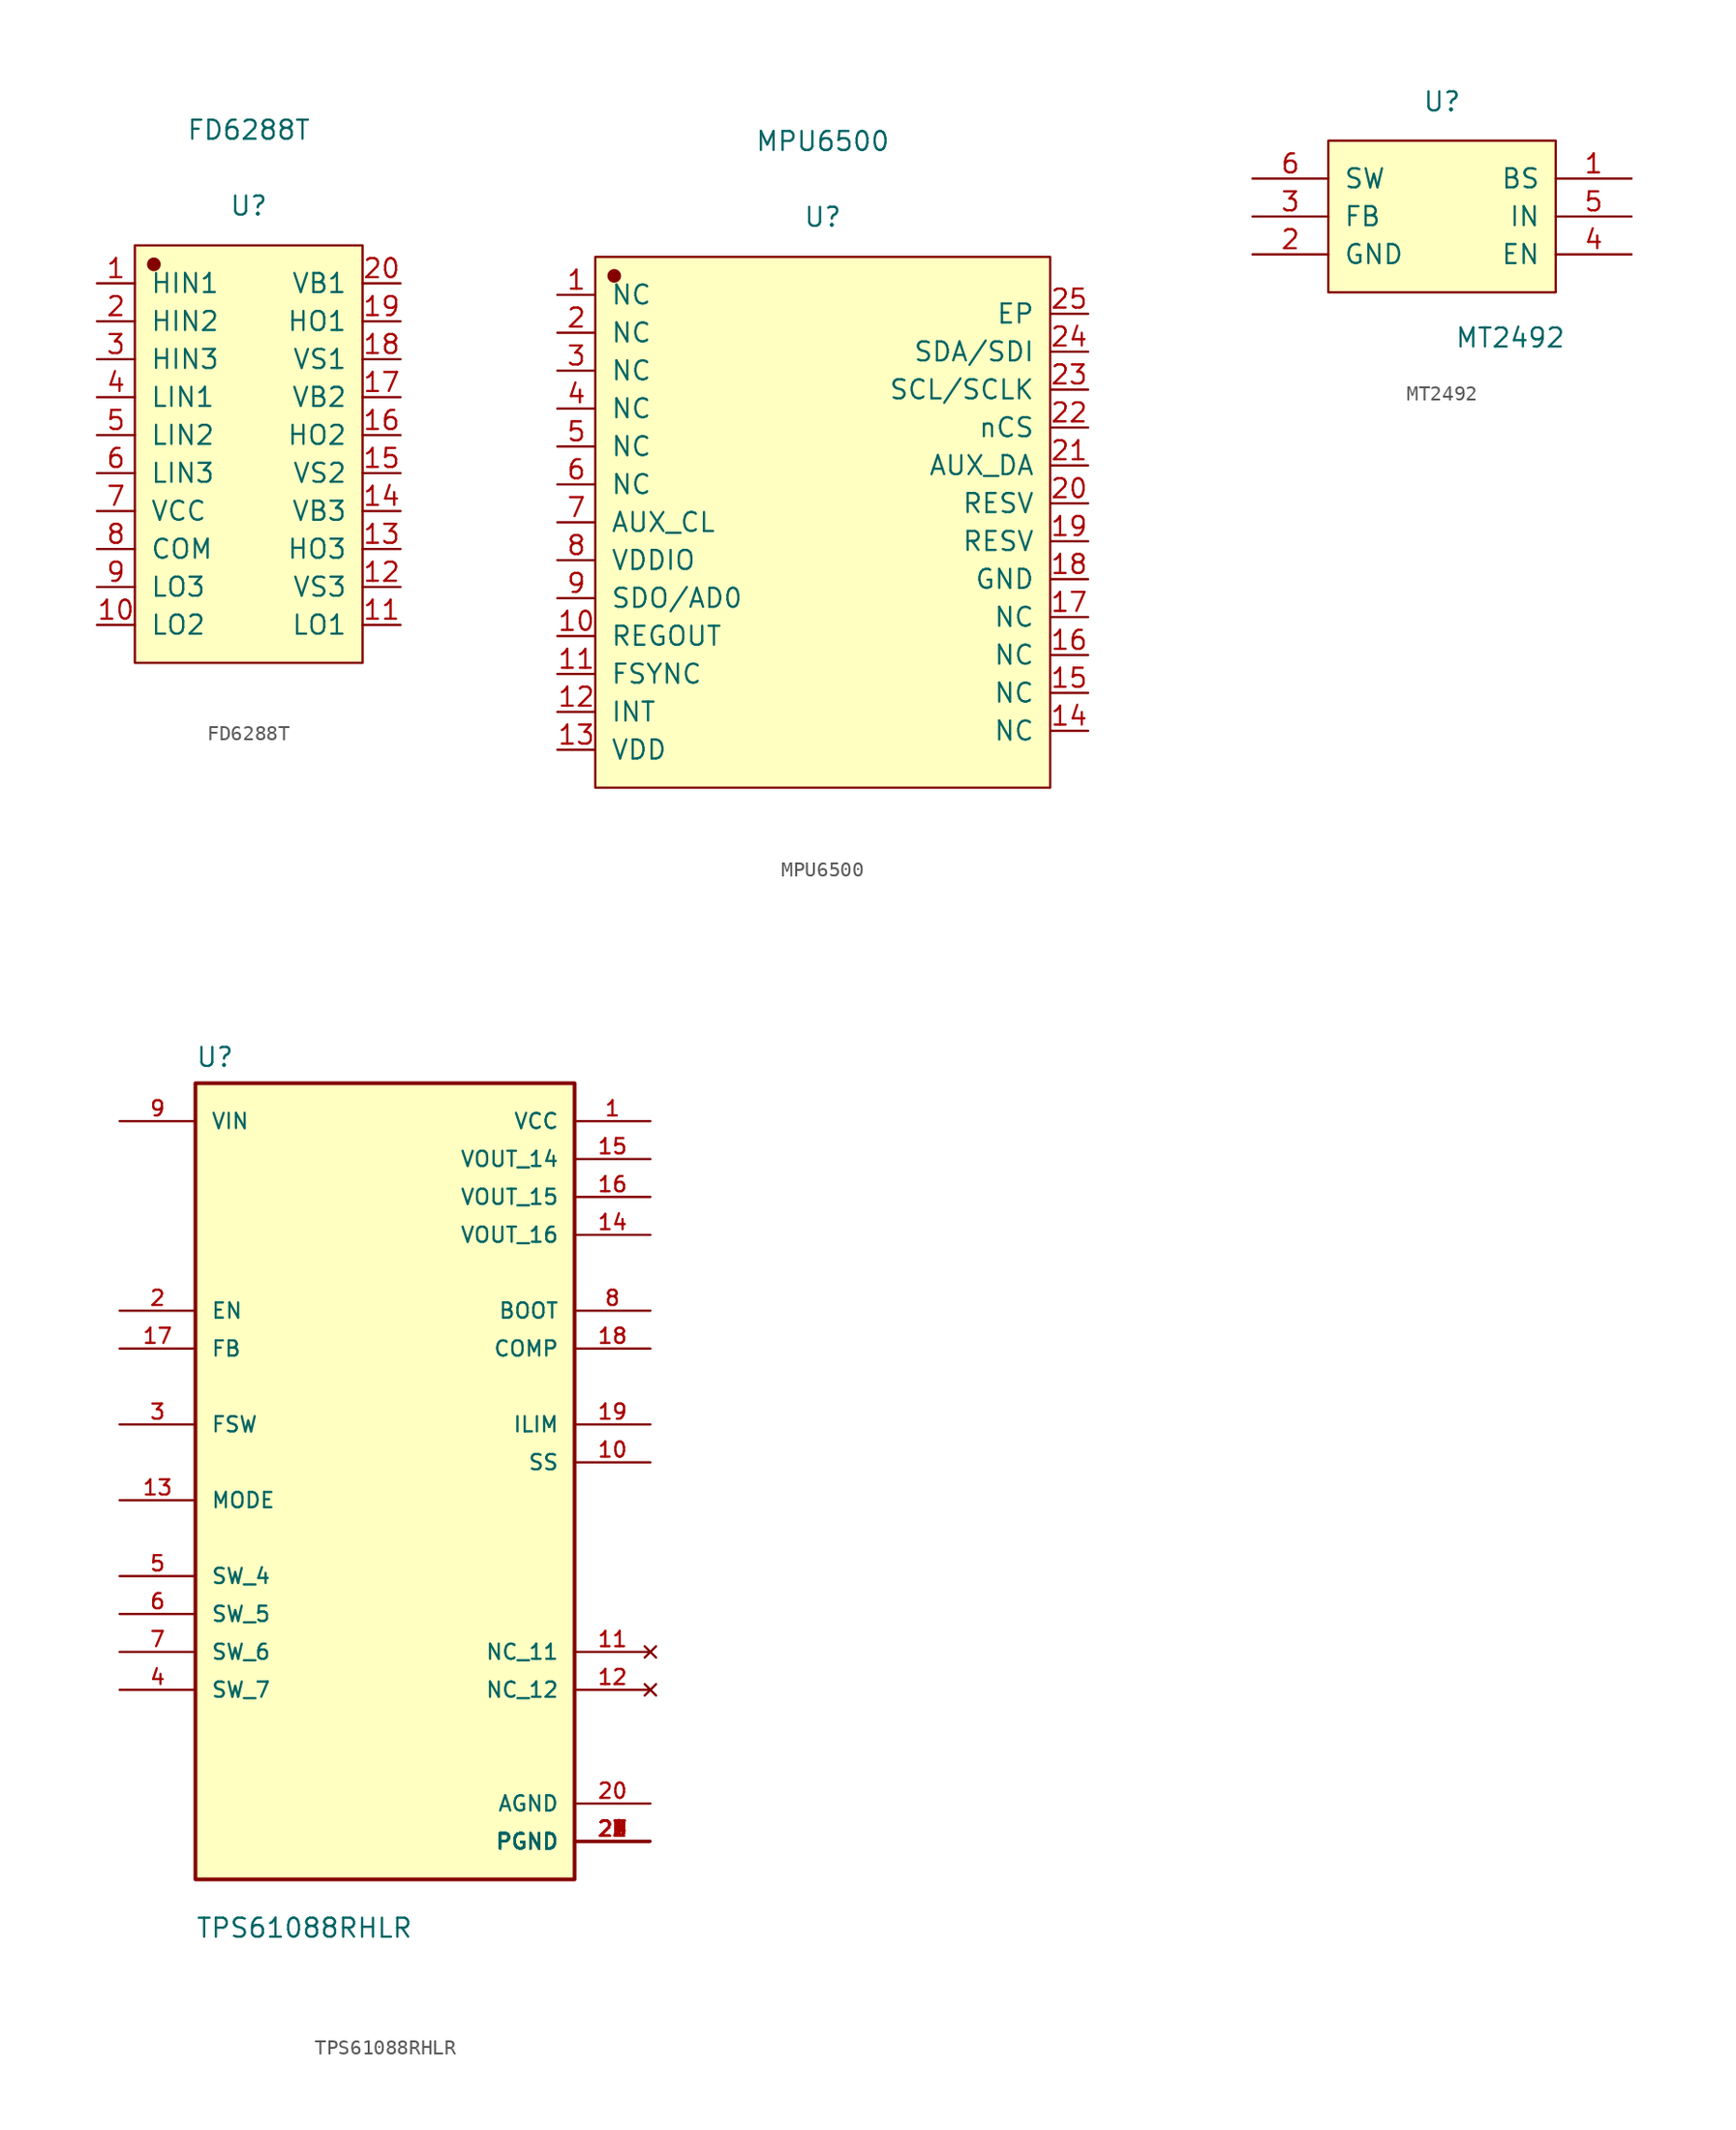
<source format=kicad_sym>
(kicad_symbol_lib
  (version 20231120)
  (generator "kicad_symbol_editor")
  (generator_version "8.0")
  (symbol "FD6288T"
    (pin_names
      (offset 1.016))
    (property "Reference" "U"
      (at 0 16.612 0)
      (effects (font (size 1.27 1.27))))
    (property "Value" "FD6288T"
      (at 0 21.692 0)
      (effects (font (size 1.27 1.27))))
    (symbol "FD6288T_1_1"
      (rectangle (start -7.62 13.97) (end 7.62 -13.97) (stroke (width 0.152) (type solid)) (fill (type background)))
      (circle (center -6.35 12.7) (radius 0.381) (stroke (width 0.152) (type solid)) (fill (type outline)))
      (pin input line (at -10.16 11.43 0) (length 2.54) (name "HIN1" (effects (font (size 1.27 1.27)))) (number "1" (effects (font (size 1.27 1.27)))))
      (pin input line (at -10.16 -11.43 0) (length 2.54) (name "LO2" (effects (font (size 1.27 1.27)))) (number "10" (effects (font (size 1.27 1.27)))))
      (pin input line (at 10.16 -11.43 180) (length 2.54) (name "LO1" (effects (font (size 1.27 1.27)))) (number "11" (effects (font (size 1.27 1.27)))))
      (pin input line (at 10.16 -8.89 180) (length 2.54) (name "VS3" (effects (font (size 1.27 1.27)))) (number "12" (effects (font (size 1.27 1.27)))))
      (pin input line (at 10.16 -6.35 180) (length 2.54) (name "HO3" (effects (font (size 1.27 1.27)))) (number "13" (effects (font (size 1.27 1.27)))))
      (pin input line (at 10.16 -3.81 180) (length 2.54) (name "VB3" (effects (font (size 1.27 1.27)))) (number "14" (effects (font (size 1.27 1.27)))))
      (pin input line (at 10.16 -1.27 180) (length 2.54) (name "VS2" (effects (font (size 1.27 1.27)))) (number "15" (effects (font (size 1.27 1.27)))))
      (pin input line (at 10.16 1.27 180) (length 2.54) (name "HO2" (effects (font (size 1.27 1.27)))) (number "16" (effects (font (size 1.27 1.27)))))
      (pin input line (at 10.16 3.81 180) (length 2.54) (name "VB2" (effects (font (size 1.27 1.27)))) (number "17" (effects (font (size 1.27 1.27)))))
      (pin input line (at 10.16 6.35 180) (length 2.54) (name "VS1" (effects (font (size 1.27 1.27)))) (number "18" (effects (font (size 1.27 1.27)))))
      (pin input line (at 10.16 8.89 180) (length 2.54) (name "HO1" (effects (font (size 1.27 1.27)))) (number "19" (effects (font (size 1.27 1.27)))))
      (pin input line (at -10.16 8.89 0) (length 2.54) (name "HIN2" (effects (font (size 1.27 1.27)))) (number "2" (effects (font (size 1.27 1.27)))))
      (pin input line (at 10.16 11.43 180) (length 2.54) (name "VB1" (effects (font (size 1.27 1.27)))) (number "20" (effects (font (size 1.27 1.27)))))
      (pin input line (at -10.16 6.35 0) (length 2.54) (name "HIN3" (effects (font (size 1.27 1.27)))) (number "3" (effects (font (size 1.27 1.27)))))
      (pin input line (at -10.16 3.81 0) (length 2.54) (name "LIN1" (effects (font (size 1.27 1.27)))) (number "4" (effects (font (size 1.27 1.27)))))
      (pin input line (at -10.16 1.27 0) (length 2.54) (name "LIN2" (effects (font (size 1.27 1.27)))) (number "5" (effects (font (size 1.27 1.27)))))
      (pin input line (at -10.16 -1.27 0) (length 2.54) (name "LIN3" (effects (font (size 1.27 1.27)))) (number "6" (effects (font (size 1.27 1.27)))))
      (pin input line (at -10.16 -3.81 0) (length 2.54) (name "VCC" (effects (font (size 1.27 1.27)))) (number "7" (effects (font (size 1.27 1.27)))))
      (pin input line (at -10.16 -6.35 0) (length 2.54) (name "COM" (effects (font (size 1.27 1.27)))) (number "8" (effects (font (size 1.27 1.27)))))
      (pin input line (at -10.16 -8.89 0) (length 2.54) (name "LO3" (effects (font (size 1.27 1.27)))) (number "9" (effects (font (size 1.27 1.27)))))))
  (symbol "MPU6500"
    (pin_names
      (offset 1.016))
    (property "Reference" "U"
      (at 0 20.447 0)
      (effects (font (size 1.27 1.27))))
    (property "Value" "MPU6500"
      (at 0 25.527 0)
      (effects (font (size 1.27 1.27))))
    (symbol "MPU6500_1_1"
      (rectangle (start -15.24 17.78) (end 15.24 -17.78) (stroke (width 0.152) (type solid)) (fill (type background)))
      (circle (center -13.97 16.51) (radius 0.381) (stroke (width 0.152) (type solid)) (fill (type outline)))
      (pin input line (at -17.78 15.24 0) (length 2.54) (name "NC" (effects (font (size 1.27 1.27)))) (number "1" (effects (font (size 1.27 1.27)))))
      (pin input line (at -17.78 -7.62 0) (length 2.54) (name "REGOUT" (effects (font (size 1.27 1.27)))) (number "10" (effects (font (size 1.27 1.27)))))
      (pin input line (at -17.78 -10.16 0) (length 2.54) (name "FSYNC" (effects (font (size 1.27 1.27)))) (number "11" (effects (font (size 1.27 1.27)))))
      (pin input line (at -17.78 -12.7 0) (length 2.54) (name "INT" (effects (font (size 1.27 1.27)))) (number "12" (effects (font (size 1.27 1.27)))))
      (pin input line (at -17.78 -15.24 0) (length 2.54) (name "VDD" (effects (font (size 1.27 1.27)))) (number "13" (effects (font (size 1.27 1.27)))))
      (pin input line (at 17.78 -13.97 180) (length 2.54) (name "NC" (effects (font (size 1.27 1.27)))) (number "14" (effects (font (size 1.27 1.27)))))
      (pin input line (at 17.78 -11.43 180) (length 2.54) (name "NC" (effects (font (size 1.27 1.27)))) (number "15" (effects (font (size 1.27 1.27)))))
      (pin input line (at 17.78 -8.89 180) (length 2.54) (name "NC" (effects (font (size 1.27 1.27)))) (number "16" (effects (font (size 1.27 1.27)))))
      (pin input line (at 17.78 -6.35 180) (length 2.54) (name "NC" (effects (font (size 1.27 1.27)))) (number "17" (effects (font (size 1.27 1.27)))))
      (pin input line (at 17.78 -3.81 180) (length 2.54) (name "GND" (effects (font (size 1.27 1.27)))) (number "18" (effects (font (size 1.27 1.27)))))
      (pin input line (at 17.78 -1.27 180) (length 2.54) (name "RESV" (effects (font (size 1.27 1.27)))) (number "19" (effects (font (size 1.27 1.27)))))
      (pin input line (at -17.78 12.7 0) (length 2.54) (name "NC" (effects (font (size 1.27 1.27)))) (number "2" (effects (font (size 1.27 1.27)))))
      (pin input line (at 17.78 1.27 180) (length 2.54) (name "RESV" (effects (font (size 1.27 1.27)))) (number "20" (effects (font (size 1.27 1.27)))))
      (pin input line (at 17.78 3.81 180) (length 2.54) (name "AUX_DA" (effects (font (size 1.27 1.27)))) (number "21" (effects (font (size 1.27 1.27)))))
      (pin input line (at 17.78 6.35 180) (length 2.54) (name "nCS" (effects (font (size 1.27 1.27)))) (number "22" (effects (font (size 1.27 1.27)))))
      (pin input line (at 17.78 8.89 180) (length 2.54) (name "SCL/SCLK" (effects (font (size 1.27 1.27)))) (number "23" (effects (font (size 1.27 1.27)))))
      (pin input line (at 17.78 11.43 180) (length 2.54) (name "SDA/SDI" (effects (font (size 1.27 1.27)))) (number "24" (effects (font (size 1.27 1.27)))))
      (pin input line (at 17.78 13.97 180) (length 2.54) (name "EP" (effects (font (size 1.27 1.27)))) (number "25" (effects (font (size 1.27 1.27)))))
      (pin input line (at -17.78 10.16 0) (length 2.54) (name "NC" (effects (font (size 1.27 1.27)))) (number "3" (effects (font (size 1.27 1.27)))))
      (pin input line (at -17.78 7.62 0) (length 2.54) (name "NC" (effects (font (size 1.27 1.27)))) (number "4" (effects (font (size 1.27 1.27)))))
      (pin input line (at -17.78 5.08 0) (length 2.54) (name "NC" (effects (font (size 1.27 1.27)))) (number "5" (effects (font (size 1.27 1.27)))))
      (pin input line (at -17.78 2.54 0) (length 2.54) (name "NC" (effects (font (size 1.27 1.27)))) (number "6" (effects (font (size 1.27 1.27)))))
      (pin input line (at -17.78 0 0) (length 2.54) (name "AUX_CL" (effects (font (size 1.27 1.27)))) (number "7" (effects (font (size 1.27 1.27)))))
      (pin input line (at -17.78 -2.54 0) (length 2.54) (name "VDDIO" (effects (font (size 1.27 1.27)))) (number "8" (effects (font (size 1.27 1.27)))))
      (pin input line (at -17.78 -5.08 0) (length 2.54) (name "SDO/AD0" (effects (font (size 1.27 1.27)))) (number "9" (effects (font (size 1.27 1.27)))))))
  (symbol "MT2492"
    (pin_names
      (offset 1.016))
    (property "Reference" "U"
      (at 0 7.696 0)
      (effects (font (size 1.27 1.27))))
    (property "Value" "MT2492"
      (at 4.572 -8.128 0)
      (effects (font (size 1.27 1.27))))
    (symbol "MT2492_1_1"
      (rectangle (start -7.62 5.08) (end 7.62 -5.08) (stroke (width 0.152) (type solid)) (fill (type background)))
      (pin input line (at 12.7 2.54 180) (length 5.08) (name "BS" (effects (font (size 1.27 1.27)))) (number "1" (effects (font (size 1.27 1.27)))))
      (pin input line (at -12.7 -2.54 0) (length 5.08) (name "GND" (effects (font (size 1.27 1.27)))) (number "2" (effects (font (size 1.27 1.27)))))
      (pin input line (at -12.7 0 0) (length 5.08) (name "FB" (effects (font (size 1.27 1.27)))) (number "3" (effects (font (size 1.27 1.27)))))
      (pin input line (at 12.7 -2.54 180) (length 5.08) (name "EN" (effects (font (size 1.27 1.27)))) (number "4" (effects (font (size 1.27 1.27)))))
      (pin input line (at 12.7 0 180) (length 5.08) (name "IN" (effects (font (size 1.27 1.27)))) (number "5" (effects (font (size 1.27 1.27)))))
      (pin input line (at -12.7 2.54 0) (length 5.08) (name "SW" (effects (font (size 1.27 1.27)))) (number "6" (effects (font (size 1.27 1.27)))))))
  (symbol "TPS61088RHLR"
    (pin_names
      (offset 1.016))
    (property "Reference" "U"
      (at -12.7 26.4 0)
      (effects (font (size 1.27 1.27)) (justify left bottom)))
    (property "Value" "TPS61088RHLR"
      (at -12.7 -31.94 0)
      (effects (font (size 1.27 1.27)) (justify left bottom)))
    (symbol "TPS61088RHLR_0_0"
      (rectangle (start -12.7 25.4) (end 12.7 -27.94) (stroke (width 0.254) (type default)) (fill (type background)))
      (pin output line (at 17.78 22.86 180) (length 5.08) (name "VCC" (effects (font (size 1.016 1.016)))) (number "1" (effects (font (size 1.016 1.016)))))
      (pin output line (at 17.78 0 180) (length 5.08) (name "SS" (effects (font (size 1.016 1.016)))) (number "10" (effects (font (size 1.016 1.016)))))
      (pin no_connect line (at 17.78 -12.7 180) (length 5.08) (name "NC_11" (effects (font (size 1.016 1.016)))) (number "11" (effects (font (size 1.016 1.016)))))
      (pin no_connect line (at 17.78 -15.24 180) (length 5.08) (name "NC_12" (effects (font (size 1.016 1.016)))) (number "12" (effects (font (size 1.016 1.016)))))
      (pin input line (at -17.78 -2.54 0) (length 5.08) (name "MODE" (effects (font (size 1.016 1.016)))) (number "13" (effects (font (size 1.016 1.016)))))
      (pin output line (at 17.78 15.24 180) (length 5.08) (name "VOUT_16" (effects (font (size 1.016 1.016)))) (number "14" (effects (font (size 1.016 1.016)))))
      (pin output line (at 17.78 20.32 180) (length 5.08) (name "VOUT_14" (effects (font (size 1.016 1.016)))) (number "15" (effects (font (size 1.016 1.016)))))
      (pin output line (at 17.78 17.78 180) (length 5.08) (name "VOUT_15" (effects (font (size 1.016 1.016)))) (number "16" (effects (font (size 1.016 1.016)))))
      (pin input line (at -17.78 7.62 0) (length 5.08) (name "FB" (effects (font (size 1.016 1.016)))) (number "17" (effects (font (size 1.016 1.016)))))
      (pin output line (at 17.78 7.62 180) (length 5.08) (name "COMP" (effects (font (size 1.016 1.016)))) (number "18" (effects (font (size 1.016 1.016)))))
      (pin output line (at 17.78 2.54 180) (length 5.08) (name "ILIM" (effects (font (size 1.016 1.016)))) (number "19" (effects (font (size 1.016 1.016)))))
      (pin input line (at -17.78 10.16 0) (length 5.08) (name "EN" (effects (font (size 1.016 1.016)))) (number "2" (effects (font (size 1.016 1.016)))))
      (pin power_in line (at 17.78 -22.86 180) (length 5.08) (name "AGND" (effects (font (size 1.016 1.016)))) (number "20" (effects (font (size 1.016 1.016)))))
      (pin power_in line (at 17.78 -25.4 180) (length 5.08) (name "PGND" (effects (font (size 1.016 1.016)))) (number "21" (effects (font (size 1.016 1.016)))))
      (pin power_in line (at 17.78 -25.4 180) (length 5.08) (name "PGND" (effects (font (size 1.016 1.016)))) (number "22" (effects (font (size 1.016 1.016)))))
      (pin power_in line (at 17.78 -25.4 180) (length 5.08) (name "PGND" (effects (font (size 1.016 1.016)))) (number "23" (effects (font (size 1.016 1.016)))))
      (pin power_in line (at 17.78 -25.4 180) (length 5.08) (name "PGND" (effects (font (size 1.016 1.016)))) (number "24" (effects (font (size 1.016 1.016)))))
      (pin power_in line (at 17.78 -25.4 180) (length 5.08) (name "PGND" (effects (font (size 1.016 1.016)))) (number "25" (effects (font (size 1.016 1.016)))))
      (pin power_in line (at 17.78 -25.4 180) (length 5.08) (name "PGND" (effects (font (size 1.016 1.016)))) (number "26" (effects (font (size 1.016 1.016)))))
      (pin power_in line (at 17.78 -25.4 180) (length 5.08) (name "PGND" (effects (font (size 1.016 1.016)))) (number "27" (effects (font (size 1.016 1.016)))))
      (pin power_in line (at 17.78 -25.4 180) (length 5.08) (name "PGND" (effects (font (size 1.016 1.016)))) (number "28" (effects (font (size 1.016 1.016)))))
      (pin power_in line (at 17.78 -25.4 180) (length 5.08) (name "PGND" (effects (font (size 1.016 1.016)))) (number "29" (effects (font (size 1.016 1.016)))))
      (pin input line (at -17.78 2.54 0) (length 5.08) (name "FSW" (effects (font (size 1.016 1.016)))) (number "3" (effects (font (size 1.016 1.016)))))
      (pin input line (at -17.78 -15.24 0) (length 5.08) (name "SW_7" (effects (font (size 1.016 1.016)))) (number "4" (effects (font (size 1.016 1.016)))))
      (pin input line (at -17.78 -7.62 0) (length 5.08) (name "SW_4" (effects (font (size 1.016 1.016)))) (number "5" (effects (font (size 1.016 1.016)))))
      (pin input line (at -17.78 -10.16 0) (length 5.08) (name "SW_5" (effects (font (size 1.016 1.016)))) (number "6" (effects (font (size 1.016 1.016)))))
      (pin input line (at -17.78 -12.7 0) (length 5.08) (name "SW_6" (effects (font (size 1.016 1.016)))) (number "7" (effects (font (size 1.016 1.016)))))
      (pin output line (at 17.78 10.16 180) (length 5.08) (name "BOOT" (effects (font (size 1.016 1.016)))) (number "8" (effects (font (size 1.016 1.016)))))
      (pin input line (at -17.78 22.86 0) (length 5.08) (name "VIN" (effects (font (size 1.016 1.016)))) (number "9" (effects (font (size 1.016 1.016))))))))
</source>
